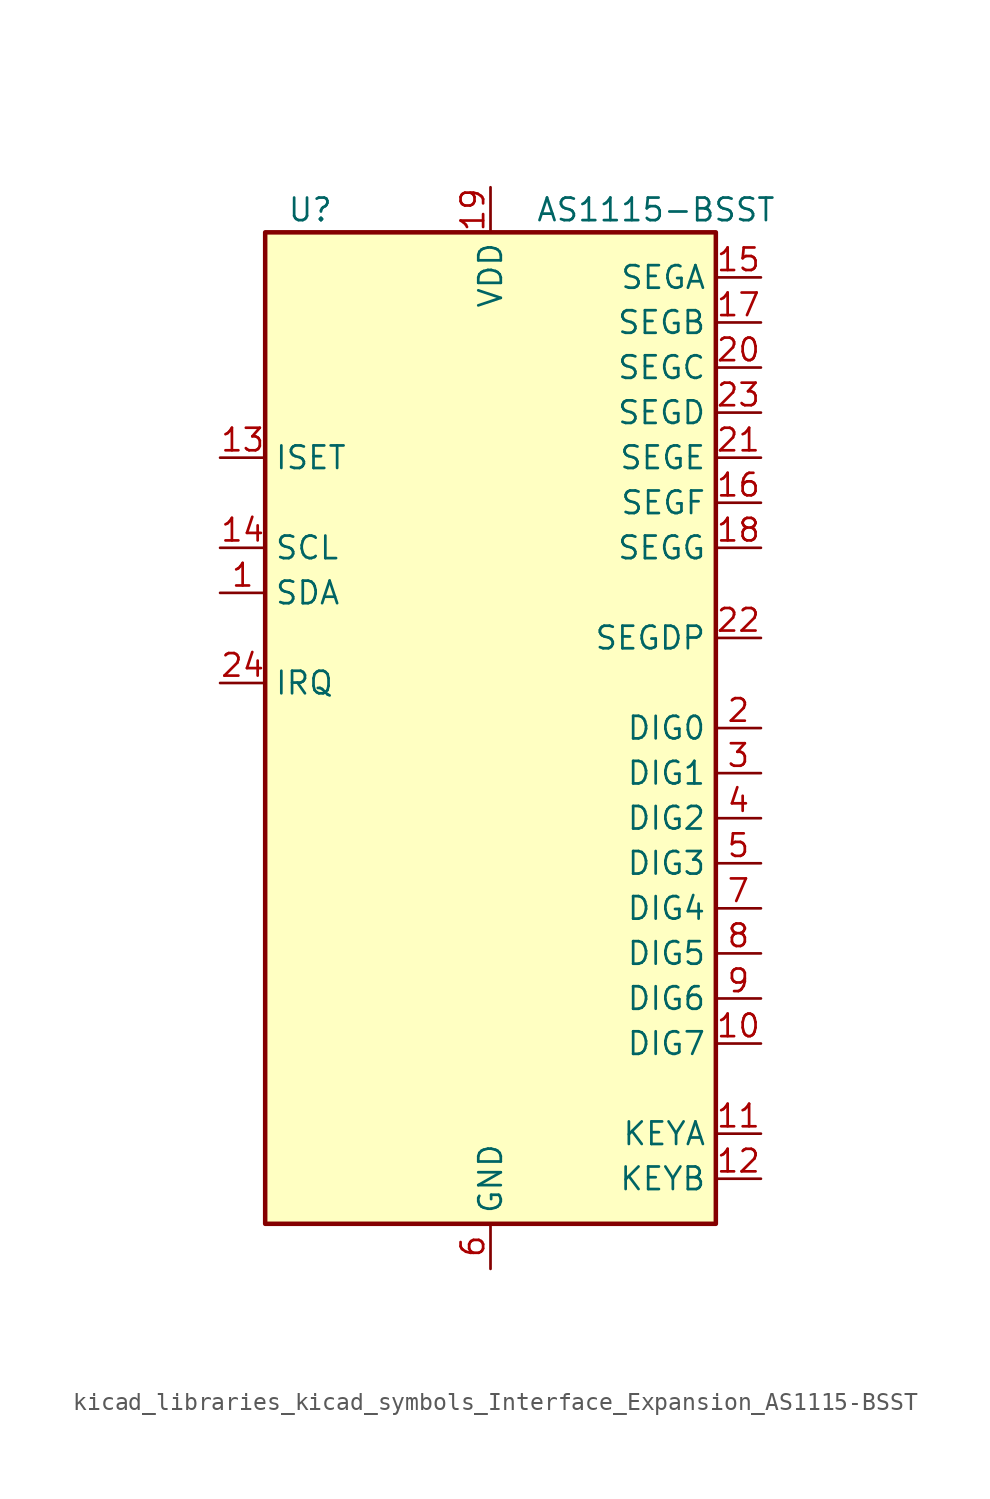
<source format=kicad_sym>
(kicad_symbol_lib
  (version 20220914)
  (generator kicad_symbol_editor)
  (symbol "kicad_libraries_kicad_symbols_Interface_Expansion_AS1115-BSST"
    (property "Reference" "U"
      (at -10.16 29.21 0)
      (effects (font (size 1.27 1.27))))
    (property "Value" "AS1115-BSST"
      (at 2.54 29.21 0)
      (effects (font (size 1.27 1.27)) (justify left)))
    (symbol "kicad_libraries_kicad_symbols_Interface_Expansion_AS1115-BSST_0_1"
      (rectangle (start -12.7 27.94) (end 12.7 -27.94) (stroke (width 0.254) (type default)) (fill (type background))))
    (symbol "kicad_libraries_kicad_symbols_Interface_Expansion_AS1115-BSST_1_1"
      (pin bidirectional line (at -15.24 7.62 0) (length 2.54) (name "SDA" (effects (font (size 1.27 1.27)))) (number "1" (effects (font (size 1.27 1.27)))))
      (pin open_collector line (at 15.24 -17.78 180) (length 2.54) (name "DIG7" (effects (font (size 1.27 1.27)))) (number "10" (effects (font (size 1.27 1.27)))))
      (pin open_collector line (at 15.24 -22.86 180) (length 2.54) (name "KEYA" (effects (font (size 1.27 1.27)))) (number "11" (effects (font (size 1.27 1.27)))))
      (pin open_collector line (at 15.24 -25.4 180) (length 2.54) (name "KEYB" (effects (font (size 1.27 1.27)))) (number "12" (effects (font (size 1.27 1.27)))))
      (pin passive line (at -15.24 15.24 0) (length 2.54) (name "ISET" (effects (font (size 1.27 1.27)))) (number "13" (effects (font (size 1.27 1.27)))))
      (pin input line (at -15.24 10.16 0) (length 2.54) (name "SCL" (effects (font (size 1.27 1.27)))) (number "14" (effects (font (size 1.27 1.27)))))
      (pin output line (at 15.24 25.4 180) (length 2.54) (name "SEGA" (effects (font (size 1.27 1.27)))) (number "15" (effects (font (size 1.27 1.27)))))
      (pin output line (at 15.24 12.7 180) (length 2.54) (name "SEGF" (effects (font (size 1.27 1.27)))) (number "16" (effects (font (size 1.27 1.27)))))
      (pin output line (at 15.24 22.86 180) (length 2.54) (name "SEGB" (effects (font (size 1.27 1.27)))) (number "17" (effects (font (size 1.27 1.27)))))
      (pin output line (at 15.24 10.16 180) (length 2.54) (name "SEGG" (effects (font (size 1.27 1.27)))) (number "18" (effects (font (size 1.27 1.27)))))
      (pin power_in line (at 0 30.48 270) (length 2.54) (name "VDD" (effects (font (size 1.27 1.27)))) (number "19" (effects (font (size 1.27 1.27)))))
      (pin open_collector line (at 15.24 0 180) (length 2.54) (name "DIG0" (effects (font (size 1.27 1.27)))) (number "2" (effects (font (size 1.27 1.27)))))
      (pin output line (at 15.24 20.32 180) (length 2.54) (name "SEGC" (effects (font (size 1.27 1.27)))) (number "20" (effects (font (size 1.27 1.27)))))
      (pin output line (at 15.24 15.24 180) (length 2.54) (name "SEGE" (effects (font (size 1.27 1.27)))) (number "21" (effects (font (size 1.27 1.27)))))
      (pin output line (at 15.24 5.08 180) (length 2.54) (name "SEGDP" (effects (font (size 1.27 1.27)))) (number "22" (effects (font (size 1.27 1.27)))))
      (pin output line (at 15.24 17.78 180) (length 2.54) (name "SEGD" (effects (font (size 1.27 1.27)))) (number "23" (effects (font (size 1.27 1.27)))))
      (pin open_collector line (at -15.24 2.54 0) (length 2.54) (name "IRQ" (effects (font (size 1.27 1.27)))) (number "24" (effects (font (size 1.27 1.27)))))
      (pin open_collector line (at 15.24 -2.54 180) (length 2.54) (name "DIG1" (effects (font (size 1.27 1.27)))) (number "3" (effects (font (size 1.27 1.27)))))
      (pin open_collector line (at 15.24 -5.08 180) (length 2.54) (name "DIG2" (effects (font (size 1.27 1.27)))) (number "4" (effects (font (size 1.27 1.27)))))
      (pin open_collector line (at 15.24 -7.62 180) (length 2.54) (name "DIG3" (effects (font (size 1.27 1.27)))) (number "5" (effects (font (size 1.27 1.27)))))
      (pin power_in line (at 0 -30.48 90) (length 2.54) (name "GND" (effects (font (size 1.27 1.27)))) (number "6" (effects (font (size 1.27 1.27)))))
      (pin open_collector line (at 15.24 -10.16 180) (length 2.54) (name "DIG4" (effects (font (size 1.27 1.27)))) (number "7" (effects (font (size 1.27 1.27)))))
      (pin open_collector line (at 15.24 -12.7 180) (length 2.54) (name "DIG5" (effects (font (size 1.27 1.27)))) (number "8" (effects (font (size 1.27 1.27)))))
      (pin open_collector line (at 15.24 -15.24 180) (length 2.54) (name "DIG6" (effects (font (size 1.27 1.27)))) (number "9" (effects (font (size 1.27 1.27))))))))
</source>
